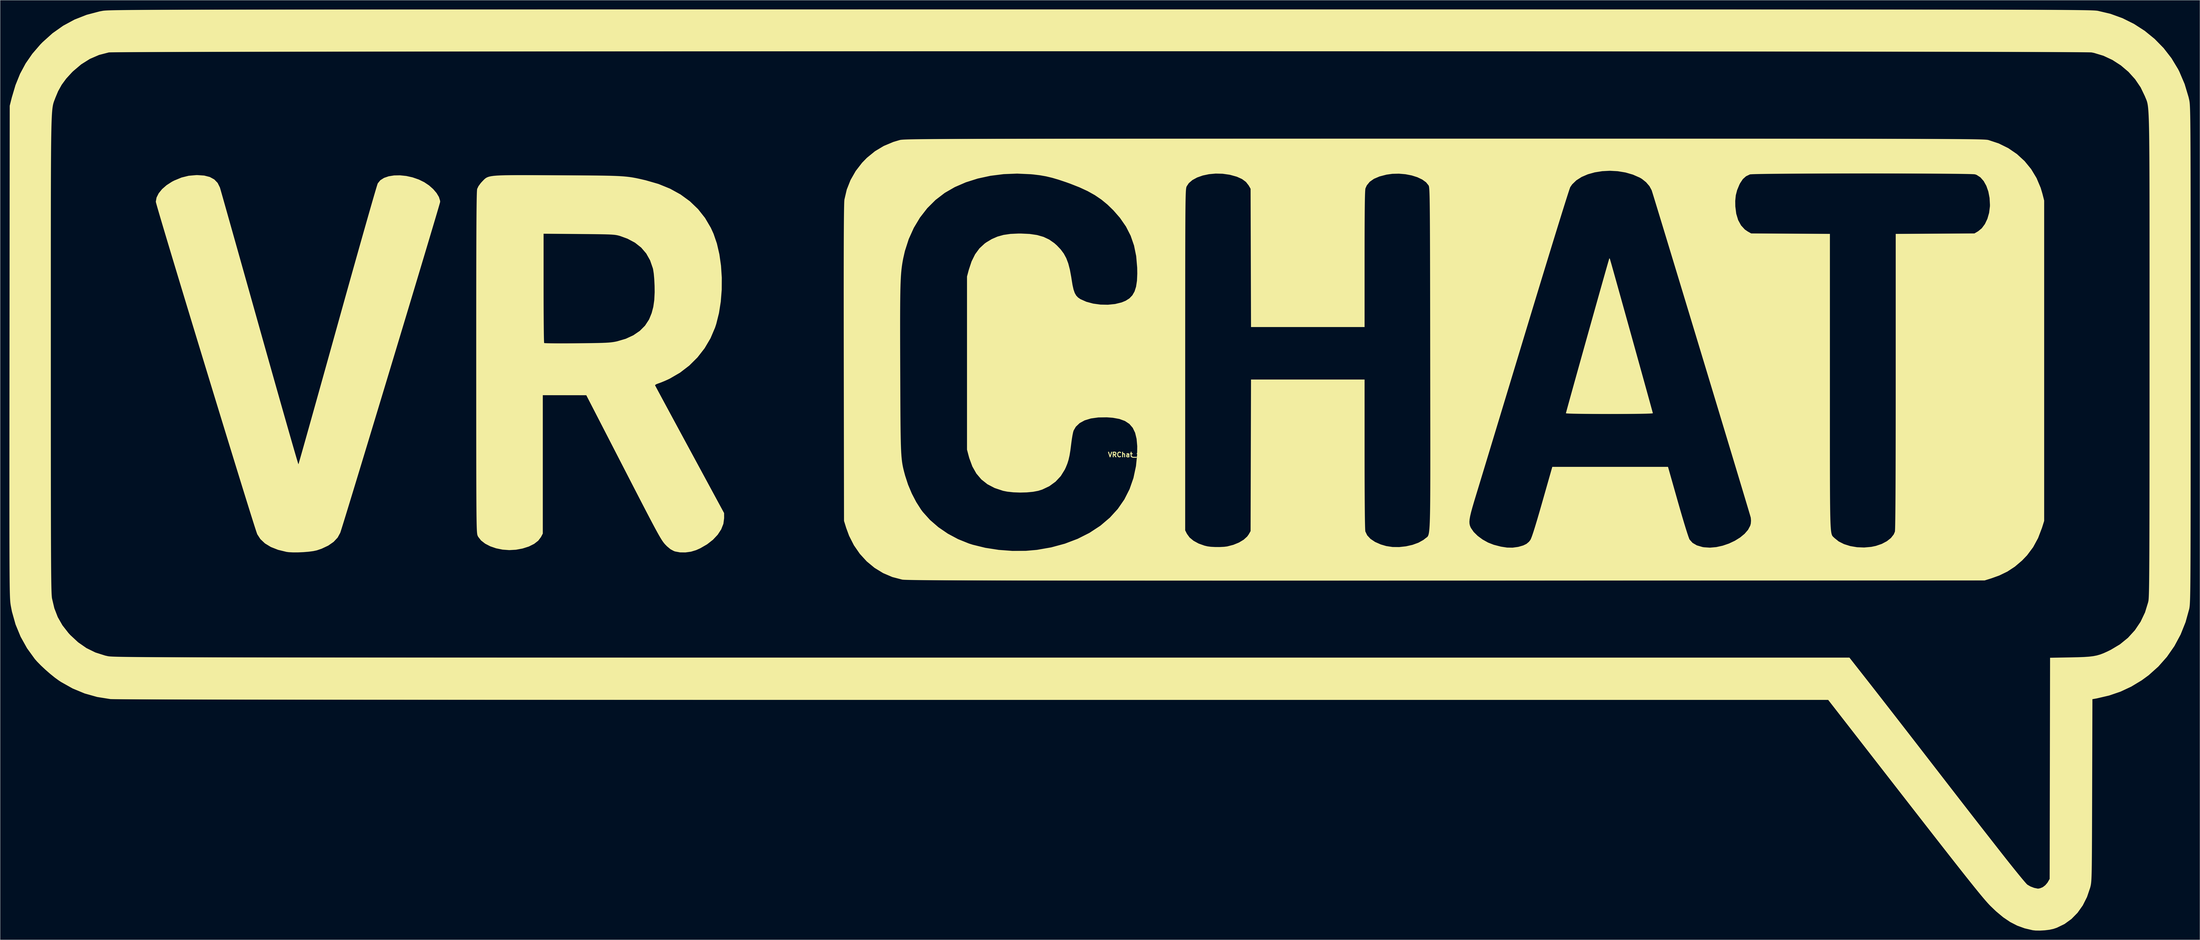
<source format=kicad_pcb>
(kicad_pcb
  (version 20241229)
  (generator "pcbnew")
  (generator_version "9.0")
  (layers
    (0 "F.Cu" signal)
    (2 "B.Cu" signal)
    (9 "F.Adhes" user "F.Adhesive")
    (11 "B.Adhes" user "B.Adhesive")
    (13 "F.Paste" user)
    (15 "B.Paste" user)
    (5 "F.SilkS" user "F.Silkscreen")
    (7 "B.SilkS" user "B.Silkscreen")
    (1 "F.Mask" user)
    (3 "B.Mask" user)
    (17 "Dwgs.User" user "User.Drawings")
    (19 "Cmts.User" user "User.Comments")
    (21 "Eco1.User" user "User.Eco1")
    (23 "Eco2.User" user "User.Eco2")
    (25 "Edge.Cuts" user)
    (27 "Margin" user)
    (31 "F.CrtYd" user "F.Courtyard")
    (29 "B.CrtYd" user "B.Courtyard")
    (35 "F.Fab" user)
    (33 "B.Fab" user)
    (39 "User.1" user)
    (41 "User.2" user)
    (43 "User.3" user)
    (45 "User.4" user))
  (footprint "VRChat_100dpi"
    (layer "F.Cu")
    (at 364.712 144.399)
    (property "Reference" "VRChat_100dpi" (at 0 0 0) (layer "F.SilkS") (effects (font (size 1.524 1.524) (thickness 0.3))))
    (attr board_only exclude_from_pos_files exclude_from_bom)
    (fp_poly (pts (xy 154.174 -63.577) (xy 154.27 -63.329) (xy 154.422 -62.804) (xy 154.693 -61.853) (xy 155.07 -60.514) (xy 155.543 -58.829) (xy 156.102 -56.837) (xy 156.734 -54.576) (xy 157.429 -52.088) (xy 158.176 -49.412) (xy 158.964 -46.588) (xy 159.781 -43.655) (xy 160.617 -40.653) (xy 161.461 -37.622) (xy 162.301 -34.601) (xy 163.126 -31.631) (xy 163.926 -28.752) (xy 164.69 -26.002) (xy 165.405 -23.422) (xy 166.062 -21.051) (xy 166.649 -18.929) (xy 167.155 -17.097) (xy 167.568 -15.593) (xy 167.879 -14.457) (xy 168.076 -13.73) (xy 168.148 -13.451) (xy 168.148 -13.449) (xy 167.898 -13.396) (xy 167.163 -13.348) (xy 165.968 -13.307) (xy 164.335 -13.272) (xy 162.287 -13.244) (xy 159.85 -13.224) (xy 157.045 -13.212) (xy 154.051 -13.208) (xy 151.128 -13.212) (xy 148.47 -13.224) (xy 146.11 -13.243) (xy 144.083 -13.269) (xy 142.421 -13.301) (xy 141.159 -13.339) (xy 140.33 -13.382) (xy 139.968 -13.429) (xy 139.954 -13.44) (xy 140.021 -13.716) (xy 140.214 -14.439) (xy 140.523 -15.57) (xy 140.935 -17.07) (xy 141.441 -18.9) (xy 142.029 -21.019) (xy 142.688 -23.388) (xy 143.407 -25.968) (xy 144.174 -28.718) (xy 144.979 -31.6) (xy 145.811 -34.573) (xy 146.658 -37.599) (xy 147.509 -40.638) (xy 148.354 -43.649) (xy 149.181 -46.594) (xy 149.979 -49.433) (xy 150.737 -52.126) (xy 151.445 -54.634) (xy 152.09 -56.917) (xy 152.661 -58.935) (xy 153.149 -60.65) (xy 153.541 -62.021) (xy 153.826 -63.009) (xy 153.994 -63.574) (xy 154.036 -63.697)) (stroke (width 0) (type solid)) (fill yes) (layer "F.SilkS"))
    (fp_poly (pts (xy -301.552 -90.523) (xy -299.728 -90.054) (xy -298.282 -89.262) (xy -297.2 -88.139) (xy -296.471 -86.678) (xy -296.408 -86.483) (xy -296.299 -86.109) (xy -296.06 -85.27) (xy -295.697 -83.994) (xy -295.219 -82.304) (xy -294.632 -80.226) (xy -293.943 -77.785) (xy -293.159 -75.007) (xy -292.288 -71.917) (xy -291.336 -68.54) (xy -290.311 -64.901) (xy -289.221 -61.027) (xy -288.071 -56.941) (xy -286.869 -52.669) (xy -285.622 -48.237) (xy -284.338 -43.67) (xy -283.581 -40.976) (xy -282.284 -36.366) (xy -281.023 -31.891) (xy -279.804 -27.574) (xy -278.636 -23.441) (xy -277.524 -19.515) (xy -276.475 -15.821) (xy -275.497 -12.383) (xy -274.596 -9.224) (xy -273.78 -6.37) (xy -273.054 -3.845) (xy -272.427 -1.672) (xy -271.904 0.124) (xy -271.494 1.519) (xy -271.202 2.488) (xy -271.036 3.007) (xy -270.999 3.093) (xy -270.917 2.834) (xy -270.706 2.11) (xy -270.372 0.946) (xy -269.923 -0.636) (xy -269.364 -2.609) (xy -268.704 -4.951) (xy -267.949 -7.636) (xy -267.106 -10.64) (xy -266.181 -13.94) (xy -265.181 -17.51) (xy -264.114 -21.327) (xy -262.985 -25.366) (xy -261.802 -29.603) (xy -260.572 -34.014) (xy -259.301 -38.574) (xy -258.337 -42.037) (xy -257.035 -46.706) (xy -255.766 -51.253) (xy -254.534 -55.651) (xy -253.349 -59.876) (xy -252.216 -63.903) (xy -251.143 -67.707) (xy -250.137 -71.264) (xy -249.205 -74.547) (xy -248.354 -77.534) (xy -247.591 -80.198) (xy -246.924 -82.514) (xy -246.359 -84.458) (xy -245.903 -86.005) (xy -245.564 -87.13) (xy -245.348 -87.807) (xy -245.274 -88.003) (xy -244.455 -89.002) (xy -243.256 -89.763) (xy -241.747 -90.284) (xy -239.996 -90.564) (xy -238.073 -90.6) (xy -236.049 -90.391) (xy -233.991 -89.935) (xy -231.97 -89.232) (xy -230.206 -88.365) (xy -228.656 -87.329) (xy -227.304 -86.133) (xy -226.214 -84.855) (xy -225.449 -83.575) (xy -225.074 -82.371) (xy -225.046 -81.999) (xy -225.119 -81.71) (xy -225.33 -80.961) (xy -225.674 -79.781) (xy -226.14 -78.195) (xy -226.721 -76.23) (xy -227.41 -73.915) (xy -228.197 -71.274) (xy -229.075 -68.337) (xy -230.035 -65.128) (xy -231.07 -61.676) (xy -232.171 -58.007) (xy -233.33 -54.149) (xy -234.54 -50.127) (xy -235.791 -45.97) (xy -237.076 -41.703) (xy -238.387 -37.355) (xy -239.715 -32.951) (xy -241.053 -28.519) (xy -242.391 -24.086) (xy -243.723 -19.679) (xy -245.04 -15.324) (xy -246.334 -11.049) (xy -247.597 -6.88) (xy -248.82 -2.845) (xy -249.995 1.03) (xy -251.115 4.718) (xy -252.171 8.192) (xy -253.155 11.424) (xy -254.06 14.389) (xy -254.876 17.058) (xy -255.595 19.405) (xy -256.21 21.404) (xy -256.713 23.026) (xy -257.095 24.246) (xy -257.348 25.037) (xy -257.447 25.329) (xy -258.289 26.873) (xy -259.593 28.259) (xy -261.333 29.467) (xy -263.482 30.478) (xy -265.049 31.009) (xy -266.175 31.253) (xy -267.657 31.449) (xy -269.345 31.589) (xy -271.09 31.667) (xy -272.741 31.673) (xy -274.148 31.601) (xy -274.871 31.507) (xy -277.609 30.841) (xy -279.943 29.921) (xy -281.859 28.756) (xy -283.344 27.354) (xy -284.34 25.817) (xy -284.487 25.425) (xy -284.771 24.578) (xy -285.184 23.304) (xy -285.717 21.628) (xy -286.363 19.579) (xy -287.113 17.183) (xy -287.96 14.467) (xy -288.894 11.458) (xy -289.907 8.183) (xy -290.992 4.669) (xy -292.14 0.944) (xy -293.343 -2.967) (xy -294.593 -7.035) (xy -295.88 -11.234) (xy -297.198 -15.537) (xy -298.538 -19.917) (xy -299.891 -24.347) (xy -301.25 -28.799) (xy -302.606 -33.247) (xy -303.951 -37.664) (xy -305.277 -42.023) (xy -306.575 -46.297) (xy -307.837 -50.459) (xy -309.055 -54.481) (xy -310.221 -58.337) (xy -311.327 -62) (xy -312.364 -65.443) (xy -313.324 -68.639) (xy -314.198 -71.56) (xy -314.98 -74.18) (xy -315.659 -76.472) (xy -316.229 -78.409) (xy -316.68 -79.964) (xy -317.005 -81.109) (xy -317.196 -81.818) (xy -317.246 -82.056) (xy -317.004 -83.399) (xy -316.311 -84.774) (xy -315.215 -86.124) (xy -313.765 -87.393) (xy -312.011 -88.524) (xy -311.277 -88.905) (xy -308.909 -89.884) (xy -306.589 -90.457) (xy -304.128 -90.671) (xy -303.767 -90.674)) (stroke (width 0) (type solid)) (fill yes) (layer "F.SilkS"))
    (fp_poly (pts (xy -197.383 -90.658) (xy -194.447 -90.649) (xy -191.074 -90.633) (xy -187.229 -90.614) (xy -186.887 -90.612) (xy -183.039 -90.593) (xy -179.659 -90.575) (xy -176.705 -90.554) (xy -174.138 -90.529) (xy -171.915 -90.497) (xy -169.998 -90.457) (xy -168.344 -90.405) (xy -166.914 -90.339) (xy -165.666 -90.257) (xy -164.561 -90.157) (xy -163.556 -90.036) (xy -162.613 -89.893) (xy -161.689 -89.723) (xy -160.744 -89.527) (xy -159.739 -89.3) (xy -158.631 -89.041) (xy -158.369 -88.98) (xy -154.255 -87.794) (xy -150.497 -86.262) (xy -147.102 -84.388) (xy -144.076 -82.178) (xy -141.427 -79.637) (xy -139.162 -76.771) (xy -137.288 -73.585) (xy -136.399 -71.634) (xy -135.321 -68.484) (xy -134.516 -65.001) (xy -133.986 -61.28) (xy -133.733 -57.416) (xy -133.757 -53.505) (xy -134.062 -49.642) (xy -134.648 -45.923) (xy -135.517 -42.444) (xy -135.913 -41.227) (xy -137.39 -37.758) (xy -139.301 -34.522) (xy -141.609 -31.559) (xy -144.28 -28.906) (xy -147.278 -26.605) (xy -150.566 -24.694) (xy -151.252 -24.364) (xy -152.333 -23.882) (xy -153.386 -23.45) (xy -154.222 -23.144) (xy -154.379 -23.094) (xy -155.008 -22.848) (xy -155.345 -22.596) (xy -155.363 -22.499) (xy -155.23 -22.24) (xy -154.871 -21.567) (xy -154.304 -20.51) (xy -153.547 -19.102) (xy -152.617 -17.373) (xy -151.529 -15.357) (xy -150.303 -13.084) (xy -148.954 -10.587) (xy -147.5 -7.896) (xy -145.957 -5.044) (xy -144.344 -2.063) (xy -144.121 -1.651) (xy -132.985 18.923) (xy -132.977 20.58) (xy -133.217 22.406) (xy -133.925 24.208) (xy -135.065 25.945) (xy -136.599 27.572) (xy -138.487 29.046) (xy -140.691 30.322) (xy -142.042 30.932) (xy -143.714 31.438) (xy -145.523 31.684) (xy -147.3 31.664) (xy -148.873 31.371) (xy -149.269 31.233) (xy -150.361 30.649) (xy -151.482 29.721) (xy -152.063 29.129) (xy -152.335 28.826) (xy -152.615 28.477) (xy -152.921 28.053) (xy -153.269 27.526) (xy -153.673 26.866) (xy -154.152 26.042) (xy -154.719 25.026) (xy -155.393 23.789) (xy -156.188 22.3) (xy -157.121 20.531) (xy -158.207 18.451) (xy -159.464 16.032) (xy -160.906 13.244) (xy -162.551 10.058) (xy -164.072 7.106) (xy -165.657 4.028) (xy -167.204 1.025) (xy -168.694 -1.866) (xy -170.105 -4.607) (xy -171.42 -7.159) (xy -172.618 -9.485) (xy -173.679 -11.545) (xy -174.584 -13.301) (xy -175.313 -14.716) (xy -175.847 -15.751) (xy -176.137 -16.314) (xy -177.673 -19.294) (xy -184.721 -19.299) (xy -191.77 -19.304) (xy -191.77 25.574) (xy -192.356 26.694) (xy -193.246 27.876) (xy -194.575 28.908) (xy -196.286 29.763) (xy -198.324 30.413) (xy -200.471 30.808) (xy -202.664 30.933) (xy -204.836 30.771) (xy -206.911 30.349) (xy -208.812 29.696) (xy -210.464 28.838) (xy -211.792 27.804) (xy -212.72 26.62) (xy -212.881 26.303) (xy -212.934 26.173) (xy -212.983 26.01) (xy -213.027 25.796) (xy -213.068 25.509) (xy -213.106 25.129) (xy -213.14 24.637) (xy -213.17 24.011) (xy -213.198 23.232) (xy -213.223 22.28) (xy -213.244 21.133) (xy -213.264 19.773) (xy -213.28 18.178) (xy -213.295 16.328) (xy -213.307 14.204) (xy -213.318 11.785) (xy -213.327 9.051) (xy -213.334 5.981) (xy -213.34 2.555) (xy -213.344 -1.246) (xy -213.348 -5.444) (xy -213.35 -10.058) (xy -213.352 -15.109) (xy -213.353 -20.617) (xy -213.354 -26.602) (xy -213.354 -29.943) (xy -213.354 -36.486) (xy -213.353 -42.537) (xy -213.351 -48.114) (xy -213.347 -53.232) (xy -213.341 -57.908) (xy -213.334 -62.159) (xy -213.324 -66) (xy -213.314 -69.45) (xy -213.304 -71.661) (xy -191.516 -71.661) (xy -191.516 -54.034) (xy -191.513 -51.086) (xy -191.506 -48.287) (xy -191.493 -45.679) (xy -191.477 -43.303) (xy -191.457 -41.201) (xy -191.434 -39.412) (xy -191.408 -37.981) (xy -191.379 -36.946) (xy -191.349 -36.351) (xy -191.328 -36.218) (xy -191.041 -36.18) (xy -190.3 -36.15) (xy -189.16 -36.127) (xy -187.674 -36.113) (xy -185.896 -36.108) (xy -183.88 -36.112) (xy -181.681 -36.126) (xy -180.596 -36.136) (xy -177.955 -36.164) (xy -175.765 -36.193) (xy -173.969 -36.226) (xy -172.509 -36.264) (xy -171.329 -36.312) (xy -170.371 -36.371) (xy -169.578 -36.446) (xy -168.894 -36.538) (xy -168.26 -36.65) (xy -167.64 -36.782) (xy -164.859 -37.601) (xy -162.412 -38.732) (xy -160.327 -40.153) (xy -158.635 -41.844) (xy -157.365 -43.785) (xy -157.244 -44.032) (xy -156.48 -45.914) (xy -155.946 -47.925) (xy -155.625 -50.158) (xy -155.502 -52.709) (xy -155.526 -54.737) (xy -155.63 -56.913) (xy -155.79 -58.712) (xy -156 -60.078) (xy -156.087 -60.452) (xy -156.985 -63.031) (xy -158.244 -65.267) (xy -159.877 -67.174) (xy -161.896 -68.765) (xy -164.316 -70.052) (xy -166.669 -70.909) (xy -167.13 -71.042) (xy -167.584 -71.153) (xy -168.081 -71.245) (xy -168.674 -71.319) (xy -169.412 -71.378) (xy -170.348 -71.425) (xy -171.533 -71.462) (xy -173.016 -71.492) (xy -174.85 -71.518) (xy -177.086 -71.541) (xy -179.774 -71.564) (xy -180.023 -71.566) (xy -191.516 -71.661) (xy -213.304 -71.661) (xy -213.301 -72.523) (xy -213.286 -75.237) (xy -213.269 -77.607) (xy -213.25 -79.652) (xy -213.228 -81.386) (xy -213.204 -82.827) (xy -213.178 -83.991) (xy -213.149 -84.895) (xy -213.118 -85.555) (xy -213.083 -85.987) (xy -213.048 -86.204) (xy -212.621 -87.095) (xy -211.877 -88.103) (xy -211.46 -88.561) (xy -211.103 -88.934) (xy -210.781 -89.262) (xy -210.461 -89.547) (xy -210.108 -89.792) (xy -209.69 -90) (xy -209.172 -90.173) (xy -208.52 -90.314) (xy -207.702 -90.427) (xy -206.682 -90.514) (xy -205.427 -90.578) (xy -203.904 -90.622) (xy -202.078 -90.647) (xy -199.915 -90.659)) (stroke (width 0) (type solid)) (fill yes) (layer "F.SilkS"))
    (fp_poly (pts (xy 4.347 -144.399) (xy 19.242 -144.399) (xy 33.647 -144.399) (xy 47.568 -144.399) (xy 61.015 -144.398) (xy 73.995 -144.398) (xy 86.517 -144.398) (xy 98.589 -144.397) (xy 110.22 -144.396) (xy 121.417 -144.396) (xy 132.19 -144.395) (xy 142.545 -144.394) (xy 152.493 -144.392) (xy 162.04 -144.391) (xy 171.196 -144.389) (xy 179.969 -144.387) (xy 188.366 -144.385) (xy 196.397 -144.383) (xy 204.069 -144.38) (xy 211.391 -144.377) (xy 218.371 -144.374) (xy 225.017 -144.371) (xy 231.339 -144.367) (xy 237.343 -144.363) (xy 243.039 -144.359) (xy 248.434 -144.355) (xy 253.538 -144.35) (xy 258.357 -144.344) (xy 262.902 -144.339) (xy 267.179 -144.333) (xy 271.198 -144.326) (xy 274.966 -144.32) (xy 278.491 -144.312) (xy 281.783 -144.305) (xy 284.85 -144.297) (xy 287.699 -144.288) (xy 290.339 -144.279) (xy 292.779 -144.27) (xy 295.026 -144.26) (xy 297.09 -144.25) (xy 298.977 -144.239) (xy 300.697 -144.227) (xy 302.259 -144.215) (xy 303.669 -144.203) (xy 304.937 -144.19) (xy 306.07 -144.176) (xy 307.078 -144.162) (xy 307.969 -144.147) (xy 308.75 -144.132) (xy 309.43 -144.116) (xy 310.017 -144.099) (xy 310.52 -144.082) (xy 310.948 -144.064) (xy 311.307 -144.046) (xy 311.607 -144.026) (xy 311.856 -144.006) (xy 312.062 -143.986) (xy 312.234 -143.965) (xy 312.379 -143.943) (xy 312.42 -143.936) (xy 316.491 -142.977) (xy 320.41 -141.556) (xy 324.135 -139.704) (xy 327.626 -137.452) (xy 330.843 -134.829) (xy 333.744 -131.865) (xy 336.289 -128.592) (xy 338.437 -125.04) (xy 338.841 -124.246) (xy 340.564 -120.206) (xy 341.835 -115.973) (xy 342.046 -115.062) (xy 342.09 -114.846) (xy 342.132 -114.606) (xy 342.171 -114.327) (xy 342.207 -113.991) (xy 342.241 -113.581) (xy 342.272 -113.081) (xy 342.301 -112.473) (xy 342.327 -111.74) (xy 342.351 -110.866) (xy 342.373 -109.834) (xy 342.394 -108.626) (xy 342.412 -107.226) (xy 342.428 -105.618) (xy 342.443 -103.783) (xy 342.455 -101.705) (xy 342.467 -99.367) (xy 342.477 -96.753) (xy 342.485 -93.845) (xy 342.493 -90.626) (xy 342.499 -87.08) (xy 342.504 -83.189) (xy 342.508 -78.937) (xy 342.512 -74.307) (xy 342.514 -69.281) (xy 342.516 -63.844) (xy 342.517 -57.977) (xy 342.518 -51.665) (xy 342.519 -44.889) (xy 342.519 -37.634) (xy 342.519 -32.512) (xy 342.519 -24.927) (xy 342.519 -17.833) (xy 342.518 -11.213) (xy 342.517 -5.05) (xy 342.516 0.672) (xy 342.513 5.971) (xy 342.511 10.863) (xy 342.507 15.366) (xy 342.502 19.496) (xy 342.497 23.271) (xy 342.49 26.706) (xy 342.483 29.82) (xy 342.474 32.629) (xy 342.463 35.149) (xy 342.451 37.399) (xy 342.438 39.394) (xy 342.423 41.152) (xy 342.406 42.69) (xy 342.387 44.024) (xy 342.366 45.171) (xy 342.344 46.149) (xy 342.319 46.974) (xy 342.291 47.664) (xy 342.262 48.234) (xy 342.23 48.703) (xy 342.195 49.086) (xy 342.158 49.402) (xy 342.118 49.666) (xy 342.076 49.895) (xy 342.046 50.038) (xy 340.868 54.291) (xy 339.261 58.31) (xy 337.241 62.069) (xy 334.828 65.54) (xy 332.04 68.694) (xy 328.896 71.505) (xy 326.636 73.157) (xy 323.272 75.188) (xy 319.795 76.815) (xy 316.106 78.075) (xy 312.106 79.009) (xy 311.605 79.1) (xy 310.664 79.267) (xy 310.578 108.785) (xy 310.565 113.279) (xy 310.552 117.295) (xy 310.54 120.86) (xy 310.528 124.005) (xy 310.514 126.759) (xy 310.5 129.15) (xy 310.483 131.208) (xy 310.463 132.963) (xy 310.44 134.442) (xy 310.413 135.676) (xy 310.382 136.693) (xy 310.346 137.523) (xy 310.304 138.194) (xy 310.256 138.736) (xy 310.201 139.179) (xy 310.138 139.55) (xy 310.068 139.88) (xy 309.989 140.197) (xy 309.937 140.392) (xy 308.914 143.417) (xy 307.544 146.137) (xy 305.853 148.524) (xy 303.867 150.548) (xy 301.615 152.178) (xy 299.122 153.384) (xy 298.003 153.759) (xy 296.766 154.028) (xy 295.262 154.214) (xy 293.69 154.305) (xy 292.247 154.29) (xy 291.295 154.187) (xy 288.702 153.578) (xy 286.294 152.705) (xy 283.995 151.522) (xy 281.726 149.987) (xy 279.412 148.055) (xy 277.61 146.329) (xy 277.16 145.863) (xy 276.639 145.296) (xy 276.033 144.609) (xy 275.326 143.784) (xy 274.504 142.801) (xy 273.551 141.642) (xy 272.453 140.288) (xy 271.195 138.721) (xy 269.762 136.922) (xy 268.14 134.872) (xy 266.313 132.553) (xy 264.266 129.946) (xy 261.985 127.032) (xy 259.454 123.793) (xy 256.66 120.209) (xy 253.586 116.263) (xy 250.218 111.935) (xy 249.835 111.442) (xy 224.993 79.502) (xy -52.195 79.502) (xy -68.224 79.502) (xy -83.748 79.501) (xy -98.769 79.5) (xy -113.291 79.499) (xy -127.318 79.497) (xy -140.85 79.495) (xy -153.893 79.492) (xy -166.447 79.489) (xy -178.518 79.486) (xy -190.107 79.482) (xy -201.217 79.478) (xy -211.851 79.473) (xy -222.013 79.468) (xy -231.705 79.462) (xy -240.93 79.456) (xy -249.691 79.45) (xy -257.991 79.443) (xy -265.833 79.435) (xy -273.219 79.428) (xy -280.154 79.419) (xy -286.639 79.411) (xy -292.678 79.402) (xy -298.273 79.392) (xy -303.429 79.382) (xy -308.146 79.372) (xy -312.429 79.361) (xy -316.28 79.349) (xy -319.703 79.337) (xy -322.699 79.325) (xy -325.273 79.312) (xy -327.427 79.299) (xy -329.164 79.285) (xy -330.487 79.271) (xy -331.399 79.256) (xy -331.903 79.241) (xy -331.986 79.235) (xy -336.253 78.557) (xy -340.32 77.414) (xy -344.213 75.797) (xy -347.956 73.698) (xy -348.615 73.269) (xy -349.959 72.298) (xy -351.47 71.079) (xy -353.023 69.725) (xy -354.494 68.347) (xy -355.758 67.058) (xy -356.476 66.239) (xy -359 62.75) (xy -361.084 59.012) (xy -362.718 55.048) (xy -363.892 50.877) (xy -364.255 49.022) (xy -364.302 48.737) (xy -364.346 48.444) (xy -364.387 48.124) (xy -364.425 47.76) (xy -364.46 47.336) (xy -364.492 46.834) (xy -364.522 46.237) (xy -364.549 45.528) (xy -364.574 44.69) (xy -364.597 43.705) (xy -364.617 42.557) (xy -364.635 41.228) (xy -364.65 39.7) (xy -364.664 37.958) (xy -364.676 35.983) (xy -364.686 33.758) (xy -364.694 31.267) (xy -364.701 28.491) (xy -364.706 25.415) (xy -364.709 22.02) (xy -364.711 18.29) (xy -364.712 14.207) (xy -364.711 9.754) (xy -364.71 4.914) (xy -364.707 -0.33) (xy -364.703 -5.996) (xy -364.699 -12.1) (xy -364.693 -18.66) (xy -364.687 -25.693) (xy -364.681 -33.216) (xy -364.68 -33.528) (xy -364.659 -57.035) (xy -351.283 -57.035) (xy -351.283 -50.734) (xy -351.282 -43.969) (xy -351.282 -36.722) (xy -351.282 -32.512) (xy -351.282 -25.017) (xy -351.281 -18.013) (xy -351.28 -11.484) (xy -351.278 -5.412) (xy -351.275 0.22) (xy -351.272 5.427) (xy -351.267 10.228) (xy -351.262 14.639) (xy -351.255 18.677) (xy -351.248 22.358) (xy -351.239 25.7) (xy -351.229 28.719) (xy -351.217 31.432) (xy -351.204 33.857) (xy -351.19 36.01) (xy -351.174 37.907) (xy -351.156 39.566) (xy -351.136 41.003) (xy -351.114 42.236) (xy -351.091 43.281) (xy -351.065 44.156) (xy -351.038 44.876) (xy -351.008 45.459) (xy -350.975 45.921) (xy -350.941 46.28) (xy -350.904 46.552) (xy -350.897 46.593) (xy -350.142 49.787) (xy -349.028 52.668) (xy -347.512 55.321) (xy -345.552 57.829) (xy -344.956 58.478) (xy -342.428 60.824) (xy -339.731 62.7) (xy -336.827 64.127) (xy -333.682 65.125) (xy -332.872 65.307) (xy -332.745 65.331) (xy -332.599 65.354) (xy -332.423 65.377) (xy -332.21 65.398) (xy -331.951 65.419) (xy -331.635 65.439) (xy -331.256 65.459) (xy -330.803 65.477) (xy -330.267 65.495) (xy -329.641 65.513) (xy -328.915 65.529) (xy -328.08 65.545) (xy -327.127 65.56) (xy -326.048 65.574) (xy -324.833 65.588) (xy -323.474 65.601) (xy -321.962 65.614) (xy -320.287 65.626) (xy -318.442 65.637) (xy -316.417 65.648) (xy -314.203 65.658) (xy -311.792 65.668) (xy -309.174 65.677) (xy -306.341 65.686) (xy -303.283 65.694) (xy -299.993 65.702) (xy -296.46 65.709) (xy -292.677 65.716) (xy -288.634 65.722) (xy -284.322 65.728) (xy -279.733 65.734) (xy -274.857 65.739) (xy -269.687 65.743) (xy -264.212 65.748) (xy -258.424 65.752) (xy -252.314 65.755) (xy -245.874 65.759) (xy -239.093 65.762) (xy -231.965 65.765) (xy -224.479 65.767) (xy -216.626 65.77) (xy -208.399 65.772) (xy -199.787 65.773) (xy -190.783 65.775) (xy -181.377 65.776) (xy -171.56 65.777) (xy -161.324 65.779) (xy -150.659 65.779) (xy -139.557 65.78) (xy -128.009 65.781) (xy -116.006 65.781) (xy -103.539 65.782) (xy -90.599 65.782) (xy -77.178 65.782) (xy -63.266 65.782) (xy -49.35 65.783) (xy 231.881 65.786) (xy 237.812 73.343) (xy 239.059 74.935) (xy 240.568 76.867) (xy 242.29 79.075) (xy 244.175 81.498) (xy 246.177 84.071) (xy 248.244 86.733) (xy 250.33 89.421) (xy 252.384 92.072) (xy 254.156 94.361) (xy 256.851 97.845) (xy 259.261 100.96) (xy 261.413 103.742) (xy 263.333 106.224) (xy 265.048 108.439) (xy 266.584 110.422) (xy 267.967 112.207) (xy 269.224 113.828) (xy 270.381 115.318) (xy 271.464 116.712) (xy 272.5 118.042) (xy 273.514 119.345) (xy 274.534 120.652) (xy 275.586 121.999) (xy 276.696 123.418) (xy 277.89 124.945) (xy 279.195 126.612) (xy 280.637 128.454) (xy 281.189 129.159) (xy 282.724 131.111) (xy 284.189 132.956) (xy 285.55 134.651) (xy 286.771 136.156) (xy 287.819 137.428) (xy 288.659 138.424) (xy 289.256 139.103) (xy 289.577 139.422) (xy 290.587 140.003) (xy 291.778 140.456) (xy 292.893 140.687) (xy 293.081 140.699) (xy 293.681 140.587) (xy 294.432 140.287) (xy 294.639 140.178) (xy 295.378 139.603) (xy 296.047 138.827) (xy 296.198 138.591) (xy 296.799 137.541) (xy 296.866 101.688) (xy 296.933 65.835) (xy 303.597 65.716) (xy 305.976 65.664) (xy 307.931 65.592) (xy 309.546 65.482) (xy 310.906 65.32) (xy 312.094 65.088) (xy 313.196 64.773) (xy 314.294 64.357) (xy 315.474 63.824) (xy 316.633 63.253) (xy 319.578 61.495) (xy 322.185 59.372) (xy 324.428 56.915) (xy 326.281 54.157) (xy 327.72 51.132) (xy 328.721 47.871) (xy 328.814 47.447) (xy 328.85 47.226) (xy 328.883 46.904) (xy 328.915 46.465) (xy 328.944 45.893) (xy 328.971 45.171) (xy 328.996 44.282) (xy 329.019 43.212) (xy 329.04 41.942) (xy 329.059 40.457) (xy 329.077 38.74) (xy 329.093 36.774) (xy 329.107 34.545) (xy 329.12 32.034) (xy 329.131 29.226) (xy 329.141 26.104) (xy 329.15 22.652) (xy 329.157 18.853) (xy 329.164 14.692) (xy 329.169 10.151) (xy 329.174 5.214) (xy 329.177 -0.135) (xy 329.18 -5.912) (xy 329.182 -12.135) (xy 329.183 -18.819) (xy 329.184 -25.98) (xy 329.184 -32.412) (xy 329.184 -39.972) (xy 329.185 -47.041) (xy 329.185 -53.637) (xy 329.186 -59.775) (xy 329.185 -65.475) (xy 329.184 -70.752) (xy 329.182 -75.624) (xy 329.178 -80.108) (xy 329.172 -84.221) (xy 329.164 -87.981) (xy 329.153 -91.403) (xy 329.14 -94.507) (xy 329.123 -97.308) (xy 329.103 -99.824) (xy 329.08 -102.073) (xy 329.052 -104.07) (xy 329.02 -105.834) (xy 328.984 -107.381) (xy 328.942 -108.729) (xy 328.896 -109.894) (xy 328.843 -110.895) (xy 328.785 -111.748) (xy 328.72 -112.469) (xy 328.65 -113.077) (xy 328.572 -113.589) (xy 328.487 -114.021) (xy 328.394 -114.391) (xy 328.294 -114.716) (xy 328.186 -115.013) (xy 328.07 -115.3) (xy 327.944 -115.592) (xy 327.81 -115.908) (xy 327.667 -116.265) (xy 326.3 -119.11) (xy 324.506 -121.755) (xy 322.345 -124.151) (xy 319.874 -126.25) (xy 317.152 -128.005) (xy 314.236 -129.368) (xy 311.186 -130.29) (xy 310.388 -130.45) (xy 310.038 -130.468) (xy 309.191 -130.485) (xy 307.859 -130.501) (xy 306.055 -130.518) (xy 303.79 -130.533) (xy 301.076 -130.549) (xy 297.924 -130.564) (xy 294.346 -130.579) (xy 290.354 -130.593) (xy 285.96 -130.607) (xy 281.175 -130.62) (xy 276.011 -130.633) (xy 270.48 -130.646) (xy 264.594 -130.658) (xy 258.364 -130.669) (xy 251.802 -130.681) (xy 244.92 -130.692) (xy 237.729 -130.702) (xy 230.242 -130.712) (xy 222.469 -130.722) (xy 214.424 -130.731) (xy 206.117 -130.74) (xy 197.56 -130.749) (xy 188.765 -130.757) (xy 179.744 -130.765) (xy 170.508 -130.772) (xy 161.07 -130.779) (xy 151.44 -130.785) (xy 141.631 -130.791) (xy 131.655 -130.797) (xy 121.522 -130.802) (xy 111.246 -130.807) (xy 100.837 -130.811) (xy 90.307 -130.815) (xy 79.668 -130.819) (xy 68.933 -130.822) (xy 58.112 -130.825) (xy 47.217 -130.827) (xy 36.26 -130.829) (xy 25.253 -130.831) (xy 14.207 -130.832) (xy 3.135 -130.833) (xy -7.952 -130.833) (xy -19.043 -130.833) (xy -30.125 -130.833) (xy -41.187 -130.832) (xy -52.217 -130.83) (xy -63.203 -130.829) (xy -74.134 -130.827) (xy -84.998 -130.824) (xy -95.783 -130.821) (xy -106.477 -130.818) (xy -117.069 -130.814) (xy -127.547 -130.81) (xy -137.899 -130.805) (xy -148.113 -130.8) (xy -158.178 -130.795) (xy -168.082 -130.789) (xy -177.813 -130.783) (xy -187.36 -130.776) (xy -196.71 -130.769) (xy -205.853 -130.762) (xy -214.775 -130.754) (xy -223.467 -130.746) (xy -231.915 -130.737) (xy -240.108 -130.728) (xy -248.034 -130.719) (xy -255.682 -130.709) (xy -263.04 -130.698) (xy -270.096 -130.688) (xy -276.838 -130.677) (xy -283.255 -130.665) (xy -289.334 -130.653) (xy -295.065 -130.641) (xy -300.435 -130.628) (xy -305.433 -130.615) (xy -310.047 -130.601) (xy -314.265 -130.587) (xy -318.076 -130.573) (xy -321.467 -130.558) (xy -324.427 -130.543) (xy -326.945 -130.527) (xy -329.008 -130.511) (xy -330.604 -130.495) (xy -331.723 -130.478) (xy -332.352 -130.461) (xy -332.486 -130.451) (xy -335.641 -129.635) (xy -338.619 -128.348) (xy -341.427 -126.584) (xy -344.072 -124.342) (xy -344.44 -123.978) (xy -346.291 -121.957) (xy -347.754 -119.966) (xy -348.922 -117.863) (xy -349.787 -115.787) (xy -349.929 -115.41) (xy -350.061 -115.07) (xy -350.185 -114.752) (xy -350.3 -114.436) (xy -350.407 -114.107) (xy -350.506 -113.746) (xy -350.597 -113.337) (xy -350.681 -112.863) (xy -350.758 -112.305) (xy -350.828 -111.646) (xy -350.891 -110.87) (xy -350.948 -109.959) (xy -351 -108.895) (xy -351.046 -107.662) (xy -351.087 -106.242) (xy -351.122 -104.617) (xy -351.154 -102.771) (xy -351.181 -100.686) (xy -351.204 -98.345) (xy -351.223 -95.73) (xy -351.239 -92.824) (xy -351.252 -89.611) (xy -351.262 -86.072) (xy -351.27 -82.19) (xy -351.275 -77.948) (xy -351.279 -73.329) (xy -351.282 -68.316) (xy -351.283 -62.89) (xy -351.283 -57.035) (xy -364.659 -57.035) (xy -364.609 -113.157) (xy -363.937 -115.824) (xy -362.742 -119.853) (xy -361.263 -123.51) (xy -359.459 -126.87) (xy -357.289 -130.009) (xy -354.71 -133.001) (xy -353.969 -133.763) (xy -350.742 -136.662) (xy -347.282 -139.109) (xy -343.59 -141.104) (xy -339.665 -142.648) (xy -335.506 -143.741) (xy -334.518 -143.929) (xy -334.381 -143.951) (xy -334.223 -143.973) (xy -334.036 -143.994) (xy -333.813 -144.014) (xy -333.544 -144.034) (xy -333.221 -144.053) (xy -332.837 -144.072) (xy -332.382 -144.089) (xy -331.849 -144.106) (xy -331.229 -144.123) (xy -330.513 -144.139) (xy -329.695 -144.154) (xy -328.764 -144.168) (xy -327.713 -144.182) (xy -326.534 -144.196) (xy -325.218 -144.209) (xy -323.757 -144.221) (xy -322.143 -144.233) (xy -320.367 -144.244) (xy -318.421 -144.254) (xy -316.296 -144.265) (xy -313.986 -144.274) (xy -311.48 -144.284) (xy -308.77 -144.292) (xy -305.85 -144.301) (xy -302.709 -144.309) (xy -299.34 -144.316) (xy -295.735 -144.323) (xy -291.885 -144.33) (xy -287.782 -144.336) (xy -283.417 -144.342) (xy -278.783 -144.347) (xy -273.871 -144.352) (xy -268.672 -144.357) (xy -263.179 -144.362) (xy -257.382 -144.366) (xy -251.274 -144.369) (xy -244.847 -144.373) (xy -238.092 -144.376) (xy -231 -144.379) (xy -223.564 -144.382) (xy -215.775 -144.384) (xy -207.625 -144.386) (xy -199.105 -144.388) (xy -190.208 -144.39) (xy -180.925 -144.392) (xy -171.247 -144.393) (xy -161.166 -144.394) (xy -150.674 -144.395) (xy -139.763 -144.396) (xy -128.424 -144.397) (xy -116.65 -144.397) (xy -104.431 -144.398) (xy -91.759 -144.398) (xy -78.626 -144.399) (xy -65.025 -144.399) (xy -50.945 -144.399) (xy -36.38 -144.399) (xy -21.321 -144.399) (xy -11.049 -144.399)) (stroke (width 0) (type solid)) (fill yes) (layer "F.SilkS"))
    (fp_poly (pts (xy 111.764 -102.489) (xy 122.574 -102.489) (xy 132.899 -102.489) (xy 142.749 -102.488) (xy 152.136 -102.487) (xy 161.072 -102.487) (xy 169.567 -102.486) (xy 177.633 -102.484) (xy 185.281 -102.483) (xy 192.522 -102.481) (xy 199.368 -102.478) (xy 205.829 -102.476) (xy 211.918 -102.472) (xy 217.644 -102.469) (xy 223.02 -102.465) (xy 228.057 -102.46) (xy 232.767 -102.455) (xy 237.159 -102.45) (xy 241.246 -102.443) (xy 245.038 -102.436) (xy 248.548 -102.429) (xy 251.786 -102.421) (xy 254.763 -102.412) (xy 257.492 -102.402) (xy 259.982 -102.392) (xy 262.245 -102.381) (xy 264.293 -102.369) (xy 266.137 -102.356) (xy 267.788 -102.343) (xy 269.257 -102.328) (xy 270.556 -102.313) (xy 271.696 -102.296) (xy 272.687 -102.279) (xy 273.542 -102.26) (xy 274.272 -102.241) (xy 274.887 -102.22) (xy 275.399 -102.199) (xy 275.82 -102.176) (xy 276.16 -102.152) (xy 276.431 -102.127) (xy 276.644 -102.101) (xy 276.81 -102.073) (xy 276.941 -102.044) (xy 276.95 -102.042) (xy 280.301 -100.932) (xy 283.392 -99.405) (xy 286.192 -97.49) (xy 288.672 -95.217) (xy 290.801 -92.616) (xy 292.55 -89.715) (xy 293.89 -86.546) (xy 294.451 -84.659) (xy 295.021 -82.423) (xy 295.021 21.463) (xy 294.321 23.695) (xy 293.057 27.013) (xy 291.453 29.973) (xy 289.483 32.614) (xy 287.84 34.327) (xy 285.52 36.297) (xy 283.109 37.881) (xy 280.47 39.161) (xy 277.949 40.067) (xy 275.717 40.767) (xy 101.219 40.808) (xy 89.759 40.811) (xy 78.796 40.813) (xy 68.32 40.815) (xy 58.319 40.817) (xy 48.784 40.818) (xy 39.703 40.818) (xy 31.065 40.819) (xy 22.861 40.818) (xy 15.078 40.818) (xy 7.707 40.816) (xy 0.737 40.815) (xy -5.844 40.812) (xy -12.045 40.809) (xy -17.878 40.806) (xy -23.353 40.802) (xy -28.481 40.797) (xy -33.272 40.792) (xy -37.738 40.786) (xy -41.89 40.779) (xy -45.737 40.772) (xy -49.291 40.764) (xy -52.562 40.755) (xy -55.562 40.745) (xy -58.3 40.735) (xy -60.788 40.724) (xy -63.036 40.712) (xy -65.055 40.699) (xy -66.856 40.685) (xy -68.449 40.671) (xy -69.846 40.655) (xy -71.057 40.639) (xy -72.092 40.621) (xy -72.963 40.603) (xy -73.68 40.584) (xy -74.254 40.564) (xy -74.695 40.543) (xy -75.015 40.52) (xy -75.224 40.497) (xy -75.259 40.491) (xy -78.442 39.663) (xy -81.44 38.381) (xy -84.221 36.677) (xy -86.748 34.585) (xy -88.987 32.136) (xy -90.903 29.361) (xy -92.461 26.295) (xy -93.397 23.749) (xy -94.107 21.463) (xy -94.185 -29.718) (xy -94.194 -36.254) (xy -94.199 -40.812) (xy -75.917 -40.812) (xy -75.912 -37.19) (xy -75.901 -33.129) (xy -75.886 -28.599) (xy -75.882 -27.686) (xy -75.865 -23.235) (xy -75.849 -19.259) (xy -75.832 -15.726) (xy -75.812 -12.604) (xy -75.788 -9.859) (xy -75.759 -7.459) (xy -75.722 -5.372) (xy -75.677 -3.565) (xy -75.622 -2.005) (xy -75.556 -0.66) (xy -75.476 0.503) (xy -75.382 1.516) (xy -75.272 2.412) (xy -75.144 3.223) (xy -74.997 3.982) (xy -74.829 4.722) (xy -74.639 5.475) (xy -74.426 6.274) (xy -74.28 6.808) (xy -73.339 9.705) (xy -72.116 12.605) (xy -70.684 15.355) (xy -69.118 17.804) (xy -68.543 18.572) (xy -66.227 21.147) (xy -63.506 23.503) (xy -60.453 25.593) (xy -57.139 27.368) (xy -53.639 28.782) (xy -52.371 29.185) (xy -48.278 30.188) (xy -43.944 30.86) (xy -39.521 31.19) (xy -35.158 31.166) (xy -31.573 30.854) (xy -26.904 30.038) (xy -22.486 28.839) (xy -18.352 27.27) (xy -14.535 25.343) (xy -13.294 24.53) (xy 16.51 24.53) (xy 17.081 25.66) (xy 17.942 26.845) (xy 19.227 27.908) (xy 20.859 28.801) (xy 22.76 29.478) (xy 23.749 29.712) (xy 24.847 29.855) (xy 26.245 29.927) (xy 27.74 29.93) (xy 29.129 29.861) (xy 30.136 29.735) (xy 32.135 29.217) (xy 33.936 28.48) (xy 35.454 27.571) (xy 36.604 26.537) (xy 37.094 25.856) (xy 37.719 24.765) (xy 37.787 0.191) (xy 37.856 -24.384) (xy 74.676 -24.384) (xy 74.677 -0.191) (xy 74.68 3.98) (xy 74.688 7.834) (xy 74.701 11.35) (xy 74.719 14.509) (xy 74.741 17.289) (xy 74.767 19.671) (xy 74.797 21.634) (xy 74.832 23.158) (xy 74.869 24.222) (xy 74.911 24.805) (xy 74.926 24.892) (xy 75.532 26.148) (xy 76.596 27.287) (xy 78.074 28.28) (xy 79.924 29.096) (xy 81.708 29.618) (xy 83.735 29.921) (xy 85.906 29.942) (xy 88.105 29.702) (xy 90.218 29.225) (xy 92.131 28.531) (xy 93.728 27.643) (xy 94.307 27.191) (xy 94.499 27.038) (xy 94.676 26.915) (xy 94.839 26.802) (xy 94.989 26.679) (xy 95.125 26.528) (xy 95.249 26.326) (xy 95.361 26.056) (xy 95.462 25.696) (xy 95.551 25.227) (xy 95.631 24.629) (xy 95.701 23.882) (xy 95.762 22.966) (xy 95.814 21.862) (xy 95.818 21.753) (xy 108.665 21.753) (xy 108.706 22.424) (xy 108.842 23.007) (xy 109.065 23.556) (xy 109.163 23.752) (xy 110.063 25.054) (xy 111.358 26.329) (xy 112.942 27.497) (xy 114.703 28.479) (xy 116.534 29.194) (xy 116.59 29.211) (xy 118.881 29.803) (xy 120.872 30.109) (xy 122.678 30.137) (xy 124.414 29.897) (xy 124.682 29.837) (xy 126.112 29.422) (xy 127.163 28.913) (xy 127.965 28.233) (xy 128.41 27.668) (xy 128.643 27.204) (xy 128.973 26.343) (xy 129.405 25.068) (xy 129.942 23.364) (xy 130.591 21.216) (xy 131.356 18.608) (xy 132.242 15.523) (xy 132.293 15.344) (xy 135.54 3.937) (xy 173.058 3.937) (xy 176.266 15.253) (xy 176.976 17.731) (xy 177.649 20.036) (xy 178.271 22.121) (xy 178.827 23.938) (xy 179.303 25.437) (xy 179.683 26.572) (xy 179.953 27.295) (xy 180.056 27.511) (xy 181.021 28.59) (xy 182.411 29.395) (xy 184.221 29.925) (xy 184.686 30.006) (xy 186.652 30.134) (xy 188.708 29.953) (xy 190.784 29.498) (xy 192.811 28.804) (xy 194.716 27.908) (xy 196.43 26.845) (xy 197.882 25.65) (xy 199.002 24.359) (xy 199.719 23.007) (xy 199.901 22.335) (xy 199.973 21.399) (xy 199.9 20.47) (xy 199.879 20.366) (xy 199.784 20.025) (xy 199.549 19.225) (xy 199.183 17.994) (xy 198.694 16.359) (xy 198.091 14.347) (xy 197.382 11.986) (xy 196.575 9.302) (xy 195.678 6.324) (xy 194.699 3.078) (xy 193.648 -0.407) (xy 192.531 -4.106) (xy 191.358 -7.99) (xy 190.137 -12.032) (xy 188.876 -16.205) (xy 187.583 -20.481) (xy 186.266 -24.833) (xy 184.935 -29.235) (xy 183.596 -33.657) (xy 182.259 -38.074) (xy 180.931 -42.457) (xy 179.621 -46.78) (xy 178.338 -51.015) (xy 177.089 -55.135) (xy 175.882 -59.112) (xy 174.727 -62.919) (xy 173.63 -66.529) (xy 172.602 -69.915) (xy 171.649 -73.049) (xy 170.78 -75.903) (xy 170.003 -78.451) (xy 169.328 -80.665) (xy 168.823 -82.313) (xy 194.856 -82.313) (xy 194.882 -80.519) (xy 195.182 -78.138) (xy 195.807 -76.075) (xy 196.741 -74.361) (xy 197.968 -73.026) (xy 198.894 -72.39) (xy 200.025 -71.755) (xy 212.788 -71.683) (xy 225.552 -71.61) (xy 225.552 -23.605) (xy 225.552 -17.733) (xy 225.551 -12.347) (xy 225.55 -7.426) (xy 225.551 -2.949) (xy 225.553 1.107) (xy 225.557 4.762) (xy 225.564 8.039) (xy 225.575 10.959) (xy 225.589 13.544) (xy 225.608 15.814) (xy 225.633 17.793) (xy 225.663 19.5) (xy 225.7 20.958) (xy 225.744 22.189) (xy 225.796 23.213) (xy 225.856 24.053) (xy 225.926 24.731) (xy 226.005 25.266) (xy 226.095 25.682) (xy 226.195 26) (xy 226.307 26.241) (xy 226.432 26.427) (xy 226.569 26.579) (xy 226.719 26.719) (xy 226.884 26.869) (xy 227.026 27.01) (xy 228.394 28.115) (xy 230.133 28.992) (xy 232.151 29.624) (xy 234.358 29.994) (xy 236.661 30.084) (xy 238.97 29.878) (xy 240.459 29.568) (xy 242.375 28.915) (xy 244.019 28.045) (xy 245.33 27.006) (xy 246.244 25.844) (xy 246.619 24.962) (xy 246.656 24.602) (xy 246.69 23.792) (xy 246.721 22.531) (xy 246.75 20.811) (xy 246.775 18.63) (xy 246.798 15.983) (xy 246.819 12.865) (xy 246.836 9.271) (xy 246.851 5.197) (xy 246.863 0.639) (xy 246.873 -4.408) (xy 246.88 -9.949) (xy 246.885 -15.987) (xy 246.887 -22.529) (xy 246.887 -23.802) (xy 246.888 -71.606) (xy 259.651 -71.68) (xy 272.415 -71.755) (xy 273.598 -72.45) (xy 274.792 -73.427) (xy 275.811 -74.806) (xy 276.615 -76.503) (xy 277.167 -78.43) (xy 277.428 -80.502) (xy 277.443 -81.026) (xy 277.317 -83.271) (xy 276.916 -85.345) (xy 276.268 -87.187) (xy 275.404 -88.738) (xy 274.352 -89.938) (xy 273.141 -90.727) (xy 272.612 -90.917) (xy 272.217 -90.956) (xy 271.351 -90.993) (xy 270.05 -91.026) (xy 268.349 -91.057) (xy 266.284 -91.085) (xy 263.889 -91.109) (xy 261.202 -91.131) (xy 258.256 -91.15) (xy 255.088 -91.166) (xy 251.732 -91.178) (xy 248.225 -91.188) (xy 244.602 -91.195) (xy 240.899 -91.2) (xy 237.15 -91.201) (xy 233.391 -91.199) (xy 229.658 -91.195) (xy 225.987 -91.187) (xy 222.412 -91.177) (xy 218.969 -91.164) (xy 215.694 -91.148) (xy 212.621 -91.13) (xy 209.788 -91.108) (xy 207.228 -91.084) (xy 204.978 -91.057) (xy 203.073 -91.027) (xy 201.548 -90.995) (xy 200.439 -90.959) (xy 199.781 -90.921) (xy 199.618 -90.897) (xy 198.353 -90.293) (xy 197.323 -89.371) (xy 196.446 -88.049) (xy 196.201 -87.565) (xy 195.47 -85.807) (xy 195.034 -84.12) (xy 194.856 -82.313) (xy 168.823 -82.313) (xy 168.761 -82.517) (xy 168.311 -83.982) (xy 167.987 -85.03) (xy 167.796 -85.635) (xy 167.752 -85.767) (xy 167.038 -87.089) (xy 165.945 -88.357) (xy 164.596 -89.44) (xy 163.912 -89.846) (xy 161.671 -90.829) (xy 159.266 -91.521) (xy 156.763 -91.931) (xy 154.227 -92.069) (xy 151.724 -91.943) (xy 149.319 -91.563) (xy 147.077 -90.937) (xy 145.064 -90.074) (xy 143.346 -88.983) (xy 141.988 -87.672) (xy 141.372 -86.783) (xy 141.237 -86.434) (xy 140.962 -85.622) (xy 140.556 -84.373) (xy 140.026 -82.711) (xy 139.38 -80.661) (xy 138.625 -78.246) (xy 137.769 -75.492) (xy 136.819 -72.423) (xy 135.783 -69.063) (xy 134.669 -65.436) (xy 133.484 -61.568) (xy 132.235 -57.483) (xy 130.931 -53.205) (xy 129.578 -48.759) (xy 128.185 -44.169) (xy 127 -40.259) (xy 125.55 -35.468) (xy 124.117 -30.736) (xy 122.71 -26.091) (xy 121.338 -21.562) (xy 120.011 -17.181) (xy 118.736 -12.974) (xy 117.523 -8.973) (xy 116.381 -5.206) (xy 115.319 -1.703) (xy 114.344 1.508) (xy 113.468 4.397) (xy 112.697 6.934) (xy 112.042 9.09) (xy 111.511 10.836) (xy 111.112 12.143) (xy 110.942 12.7) (xy 110.217 15.087) (xy 109.643 17.048) (xy 109.209 18.639) (xy 108.908 19.916) (xy 108.729 20.935) (xy 108.665 21.753) (xy 95.818 21.753) (xy 95.858 20.549) (xy 95.895 19.007) (xy 95.925 17.217) (xy 95.949 15.158) (xy 95.967 12.811) (xy 95.979 10.156) (xy 95.988 7.172) (xy 95.992 3.841) (xy 95.992 0.141) (xy 95.99 -3.946) (xy 95.986 -8.441) (xy 95.979 -13.364) (xy 95.972 -18.735) (xy 95.963 -24.573) (xy 95.955 -30.898) (xy 95.954 -31.115) (xy 95.946 -37.372) (xy 95.939 -43.141) (xy 95.931 -48.442) (xy 95.923 -53.295) (xy 95.915 -57.721) (xy 95.906 -61.739) (xy 95.897 -65.369) (xy 95.886 -68.633) (xy 95.875 -71.549) (xy 95.862 -74.138) (xy 95.848 -76.42) (xy 95.832 -78.415) (xy 95.814 -80.144) (xy 95.794 -81.625) (xy 95.773 -82.88) (xy 95.748 -83.929) (xy 95.721 -84.791) (xy 95.692 -85.486) (xy 95.659 -86.036) (xy 95.623 -86.459) (xy 95.584 -86.776) (xy 95.541 -87.007) (xy 95.495 -87.173) (xy 95.445 -87.292) (xy 95.431 -87.318) (xy 94.605 -88.342) (xy 93.363 -89.239) (xy 91.783 -89.987) (xy 89.945 -90.566) (xy 87.929 -90.955) (xy 85.814 -91.135) (xy 83.68 -91.085) (xy 81.783 -90.821) (xy 79.521 -90.232) (xy 77.718 -89.466) (xy 76.351 -88.507) (xy 75.4 -87.342) (xy 74.965 -86.386) (xy 74.909 -86.046) (xy 74.86 -85.369) (xy 74.817 -84.336) (xy 74.78 -82.93) (xy 74.75 -81.132) (xy 74.724 -78.925) (xy 74.705 -76.291) (xy 74.69 -73.211) (xy 74.681 -69.668) (xy 74.677 -65.644) (xy 74.676 -63.462) (xy 74.676 -41.402) (xy 37.857 -41.402) (xy 37.788 -63.818) (xy 37.719 -86.233) (xy 37.103 -87.308) (xy 36.211 -88.451) (xy 34.946 -89.39) (xy 33.27 -90.145) (xy 31.147 -90.736) (xy 30.859 -90.797) (xy 28.624 -91.114) (xy 26.39 -91.164) (xy 24.227 -90.966) (xy 22.206 -90.539) (xy 20.398 -89.903) (xy 18.872 -89.076) (xy 17.701 -88.079) (xy 16.996 -87.024) (xy 16.942 -86.894) (xy 16.893 -86.735) (xy 16.847 -86.527) (xy 16.806 -86.249) (xy 16.768 -85.882) (xy 16.733 -85.405) (xy 16.702 -84.799) (xy 16.674 -84.042) (xy 16.65 -83.115) (xy 16.627 -81.997) (xy 16.608 -80.668) (xy 16.591 -79.108) (xy 16.576 -77.296) (xy 16.564 -75.213) (xy 16.553 -72.838) (xy 16.544 -70.151) (xy 16.537 -67.131) (xy 16.531 -63.759) (xy 16.526 -60.014) (xy 16.523 -55.876) (xy 16.52 -51.324) (xy 16.518 -46.339) (xy 16.517 -40.899) (xy 16.516 -34.986) (xy 16.516 -30.724) (xy 16.51 24.53) (xy -13.294 24.53) (xy -11.068 23.071) (xy -10.905 22.949) (xy -7.908 20.397) (xy -5.345 17.581) (xy -3.218 14.503) (xy -1.525 11.162) (xy -0.266 7.557) (xy 0.558 3.69) (xy 0.924 0.056) (xy 0.966 -2.751) (xy 0.758 -5.133) (xy 0.277 -7.114) (xy -0.498 -8.724) (xy -1.589 -9.989) (xy -3.019 -10.936) (xy -4.808 -11.593) (xy -6.979 -11.986) (xy -8.89 -12.126) (xy -11.654 -12.088) (xy -14.055 -11.759) (xy -16.079 -11.144) (xy -17.711 -10.251) (xy -18.935 -9.084) (xy -19.662 -7.841) (xy -19.836 -7.244) (xy -20.035 -6.268) (xy -20.238 -5.042) (xy -20.42 -3.694) (xy -20.445 -3.483) (xy -20.707 -1.429) (xy -20.981 0.235) (xy -21.297 1.629) (xy -21.685 2.87) (xy -22.174 4.077) (xy -22.525 4.826) (xy -23.823 6.923) (xy -25.51 8.73) (xy -27.532 10.202) (xy -29.835 11.296) (xy -31.12 11.7) (xy -32.818 12.023) (xy -34.839 12.213) (xy -37.015 12.269) (xy -39.179 12.191) (xy -41.162 11.98) (xy -42.545 11.705) (xy -45.273 10.793) (xy -47.611 9.569) (xy -49.581 8.01) (xy -51.203 6.096) (xy -52.499 3.804) (xy -53.491 1.113) (xy -53.659 0.508) (xy -54.229 -1.651) (xy -54.229 -57.785) (xy -53.656 -59.935) (xy -52.75 -62.679) (xy -51.602 -64.998) (xy -50.191 -66.921) (xy -48.499 -68.482) (xy -48.011 -68.831) (xy -46.2 -69.922) (xy -44.352 -70.73) (xy -42.366 -71.281) (xy -40.138 -71.603) (xy -37.565 -71.72) (xy -36.703 -71.719) (xy -33.906 -71.588) (xy -31.503 -71.235) (xy -29.42 -70.637) (xy -27.583 -69.769) (xy -25.918 -68.606) (xy -25.084 -67.865) (xy -23.85 -66.568) (xy -22.849 -65.22) (xy -22.043 -63.733) (xy -21.396 -62.022) (xy -20.869 -60) (xy -20.424 -57.58) (xy -20.318 -56.877) (xy -20.01 -54.995) (xy -19.681 -53.543) (xy -19.297 -52.442) (xy -18.823 -51.613) (xy -18.223 -50.978) (xy -17.462 -50.458) (xy -17.456 -50.454) (xy -15.538 -49.596) (xy -13.331 -49.003) (xy -10.961 -48.681) (xy -8.549 -48.635) (xy -6.219 -48.868) (xy -4.095 -49.386) (xy -2.794 -49.921) (xy -1.585 -50.689) (xy -0.63 -51.677) (xy 0.089 -52.93) (xy 0.586 -54.494) (xy 0.878 -56.414) (xy 0.981 -58.738) (xy 0.948 -60.649) (xy 0.626 -64.393) (xy -0.073 -67.827) (xy -1.17 -71.007) (xy -2.688 -73.987) (xy -4.651 -76.823) (xy -6.784 -79.264) (xy -8.682 -81.105) (xy -10.647 -82.722) (xy -12.763 -84.162) (xy -15.11 -85.474) (xy -17.77 -86.707) (xy -20.825 -87.908) (xy -22.098 -88.364) (xy -24.515 -89.175) (xy -26.626 -89.796) (xy -28.583 -90.263) (xy -30.538 -90.609) (xy -32.641 -90.868) (xy -33.542 -90.953) (xy -37.979 -91.155) (xy -42.364 -90.981) (xy -46.637 -90.443) (xy -50.739 -89.556) (xy -54.609 -88.33) (xy -58.188 -86.781) (xy -61.417 -84.92) (xy -61.447 -84.9) (xy -64.432 -82.612) (xy -67.114 -79.936) (xy -69.471 -76.906) (xy -71.48 -73.558) (xy -73.12 -69.927) (xy -74.368 -66.047) (xy -74.918 -63.627) (xy -75.082 -62.748) (xy -75.228 -61.882) (xy -75.357 -60.998) (xy -75.471 -60.062) (xy -75.569 -59.044) (xy -75.653 -57.909) (xy -75.724 -56.627) (xy -75.782 -55.165) (xy -75.829 -53.491) (xy -75.864 -51.573) (xy -75.89 -49.378) (xy -75.907 -46.874) (xy -75.916 -44.03) (xy -75.917 -40.812) (xy -94.199 -40.812) (xy -94.2 -42.295) (xy -94.204 -47.856) (xy -94.206 -52.949) (xy -94.204 -57.589) (xy -94.2 -61.789) (xy -94.193 -65.563) (xy -94.183 -68.923) (xy -94.17 -71.885) (xy -94.154 -74.461) (xy -94.135 -76.665) (xy -94.113 -78.511) (xy -94.088 -80.013) (xy -94.06 -81.183) (xy -94.028 -82.036) (xy -93.993 -82.584) (xy -93.973 -82.759) (xy -93.219 -85.976) (xy -91.991 -89.075) (xy -90.322 -91.997) (xy -88.242 -94.686) (xy -86.694 -96.272) (xy -84.072 -98.411) (xy -81.222 -100.122) (xy -78.093 -101.431) (xy -76.038 -102.042) (xy -75.909 -102.07) (xy -75.746 -102.098) (xy -75.538 -102.125) (xy -75.273 -102.15) (xy -74.939 -102.174) (xy -74.526 -102.197) (xy -74.023 -102.218) (xy -73.418 -102.239) (xy -72.7 -102.259) (xy -71.857 -102.277) (xy -70.879 -102.295) (xy -69.754 -102.311) (xy -68.471 -102.327) (xy -67.019 -102.341) (xy -65.386 -102.355) (xy -63.561 -102.368) (xy -61.533 -102.38) (xy -59.291 -102.391) (xy -56.823 -102.402) (xy -54.118 -102.411) (xy -51.165 -102.42) (xy -47.953 -102.428) (xy -44.471 -102.436) (xy -40.706 -102.443) (xy -36.648 -102.449) (xy -32.286 -102.455) (xy -27.608 -102.46) (xy -22.604 -102.464) (xy -17.261 -102.469) (xy -11.569 -102.472) (xy -5.516 -102.475) (xy 0.908 -102.478) (xy 7.716 -102.48) (xy 14.918 -102.482) (xy 22.526 -102.484) (xy 30.551 -102.485) (xy 39.003 -102.487) (xy 47.895 -102.487) (xy 57.238 -102.488) (xy 67.043 -102.489) (xy 77.321 -102.489) (xy 88.083 -102.489) (xy 99.341 -102.489) (xy 100.457 -102.489)) (stroke (width 0) (type solid)) (fill yes) (layer "F.SilkS")))
  (gr_rect
    (start -3 -3)
    (end 710.231 301.704)
    (stroke (width 0.1) (type default))
    (fill no)
    (layer "Edge.Cuts")))
</source>
